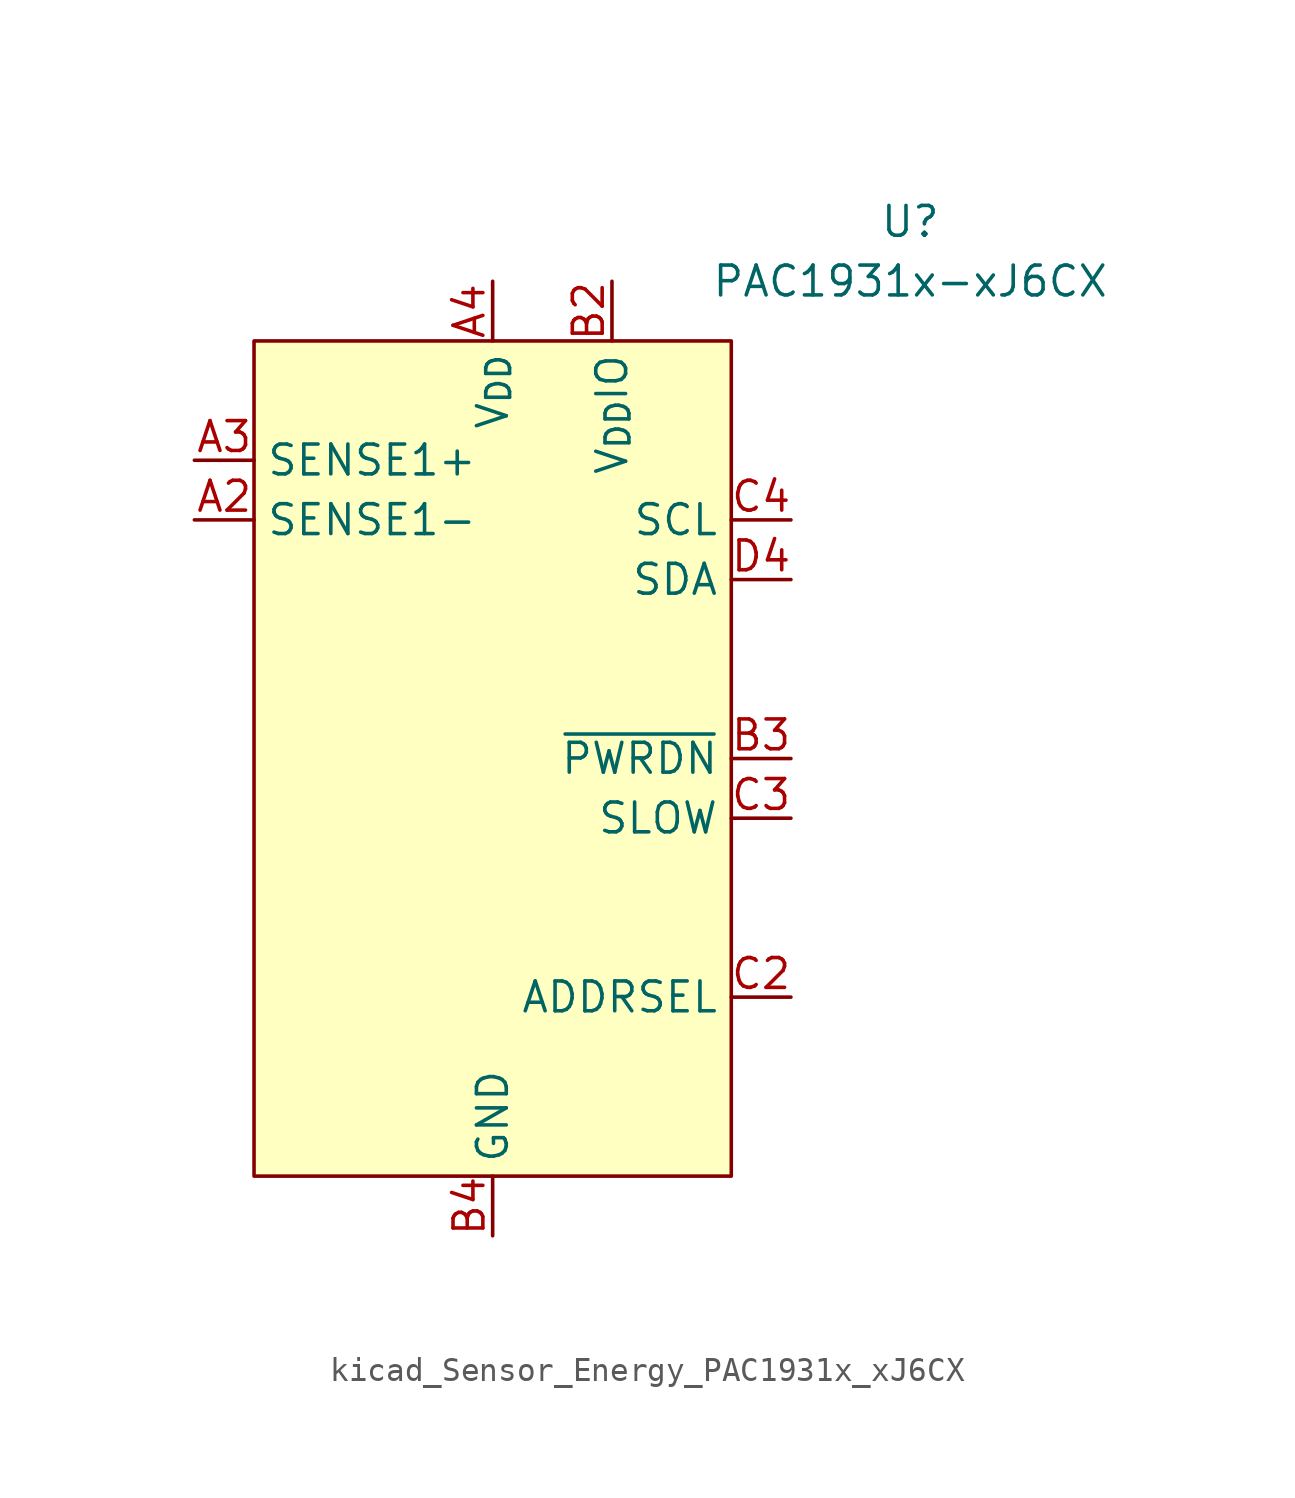
<source format=kicad_sym>
(kicad_symbol_lib
  (version 20220914)
  (generator kicad_symbol_editor)
  (symbol "kicad_Sensor_Energy_PAC1931x_xJ6CX"
    (property "Reference" "U"
      (at 17.78 22.86 0)
      (effects (font (size 1.27 1.27))))
    (property "Value" "PAC1931x-xJ6CX"
      (at 17.78 20.32 0)
      (effects (font (size 1.27 1.27))))
    (symbol "kicad_Sensor_Energy_PAC1931x_xJ6CX_0_0"
      (pin passive line (at 0 -20.32 90) (length 2.54) hide (name "GND" (effects (font (size 1.27 1.27)))) (number "A1" (effects (font (size 1.27 1.27)))))
      (pin input line (at -12.7 10.16 0) (length 2.54) (name "SENSE1-" (effects (font (size 1.27 1.27)))) (number "A2" (effects (font (size 1.27 1.27)))))
      (pin input line (at -12.7 12.7 0) (length 2.54) (name "SENSE1+" (effects (font (size 1.27 1.27)))) (number "A3" (effects (font (size 1.27 1.27)))))
      (pin power_in line (at 0 20.32 270) (length 2.54) (name "V_{DD}" (effects (font (size 1.27 1.27)))) (number "A4" (effects (font (size 1.27 1.27)))))
      (pin passive line (at 0 -20.32 90) (length 2.54) hide (name "GND" (effects (font (size 1.27 1.27)))) (number "B1" (effects (font (size 1.27 1.27)))))
      (pin input line (at 5.08 20.32 270) (length 2.54) (name "V_{DD}IO" (effects (font (size 1.27 1.27)))) (number "B2" (effects (font (size 1.27 1.27)))))
      (pin input line (at 12.7 0 180) (length 2.54) (name "~{PWRDN}" (effects (font (size 1.27 1.27)))) (number "B3" (effects (font (size 1.27 1.27)))))
      (pin power_in line (at 0 -20.32 90) (length 2.54) (name "GND" (effects (font (size 1.27 1.27)))) (number "B4" (effects (font (size 1.27 1.27)))))
      (pin passive line (at 0 -20.32 90) (length 2.54) hide (name "GND" (effects (font (size 1.27 1.27)))) (number "C1" (effects (font (size 1.27 1.27)))))
      (pin passive line (at 12.7 -10.16 180) (length 2.54) (name "ADDRSEL" (effects (font (size 1.27 1.27)))) (number "C2" (effects (font (size 1.27 1.27)))))
      (pin input line (at 12.7 -2.54 180) (length 2.54) (name "SLOW" (effects (font (size 1.27 1.27)))) (number "C3" (effects (font (size 1.27 1.27)))) (alternate "~{ALERT1}" open_collector line))
      (pin input line (at 12.7 10.16 180) (length 2.54) (name "SCL" (effects (font (size 1.27 1.27)))) (number "C4" (effects (font (size 1.27 1.27)))) (alternate "SM_CLK" input line))
      (pin passive line (at 0 -20.32 90) (length 2.54) hide (name "GND" (effects (font (size 1.27 1.27)))) (number "D1" (effects (font (size 1.27 1.27)))))
      (pin passive line (at 0 -20.32 90) (length 2.54) hide (name "GND" (effects (font (size 1.27 1.27)))) (number "D2" (effects (font (size 1.27 1.27)))))
      (pin passive line (at 0 -20.32 90) (length 2.54) hide (name "GND" (effects (font (size 1.27 1.27)))) (number "D3" (effects (font (size 1.27 1.27)))))
      (pin bidirectional line (at 12.7 7.62 180) (length 2.54) (name "SDA" (effects (font (size 1.27 1.27)))) (number "D4" (effects (font (size 1.27 1.27)))) (alternate "SM_DATA" bidirectional line)))
    (symbol "kicad_Sensor_Energy_PAC1931x_xJ6CX_0_1"
      (rectangle (start -10.16 17.78) (end 10.16 -17.78) (stroke (width 0) (type default)) (fill (type background))))))
</source>
